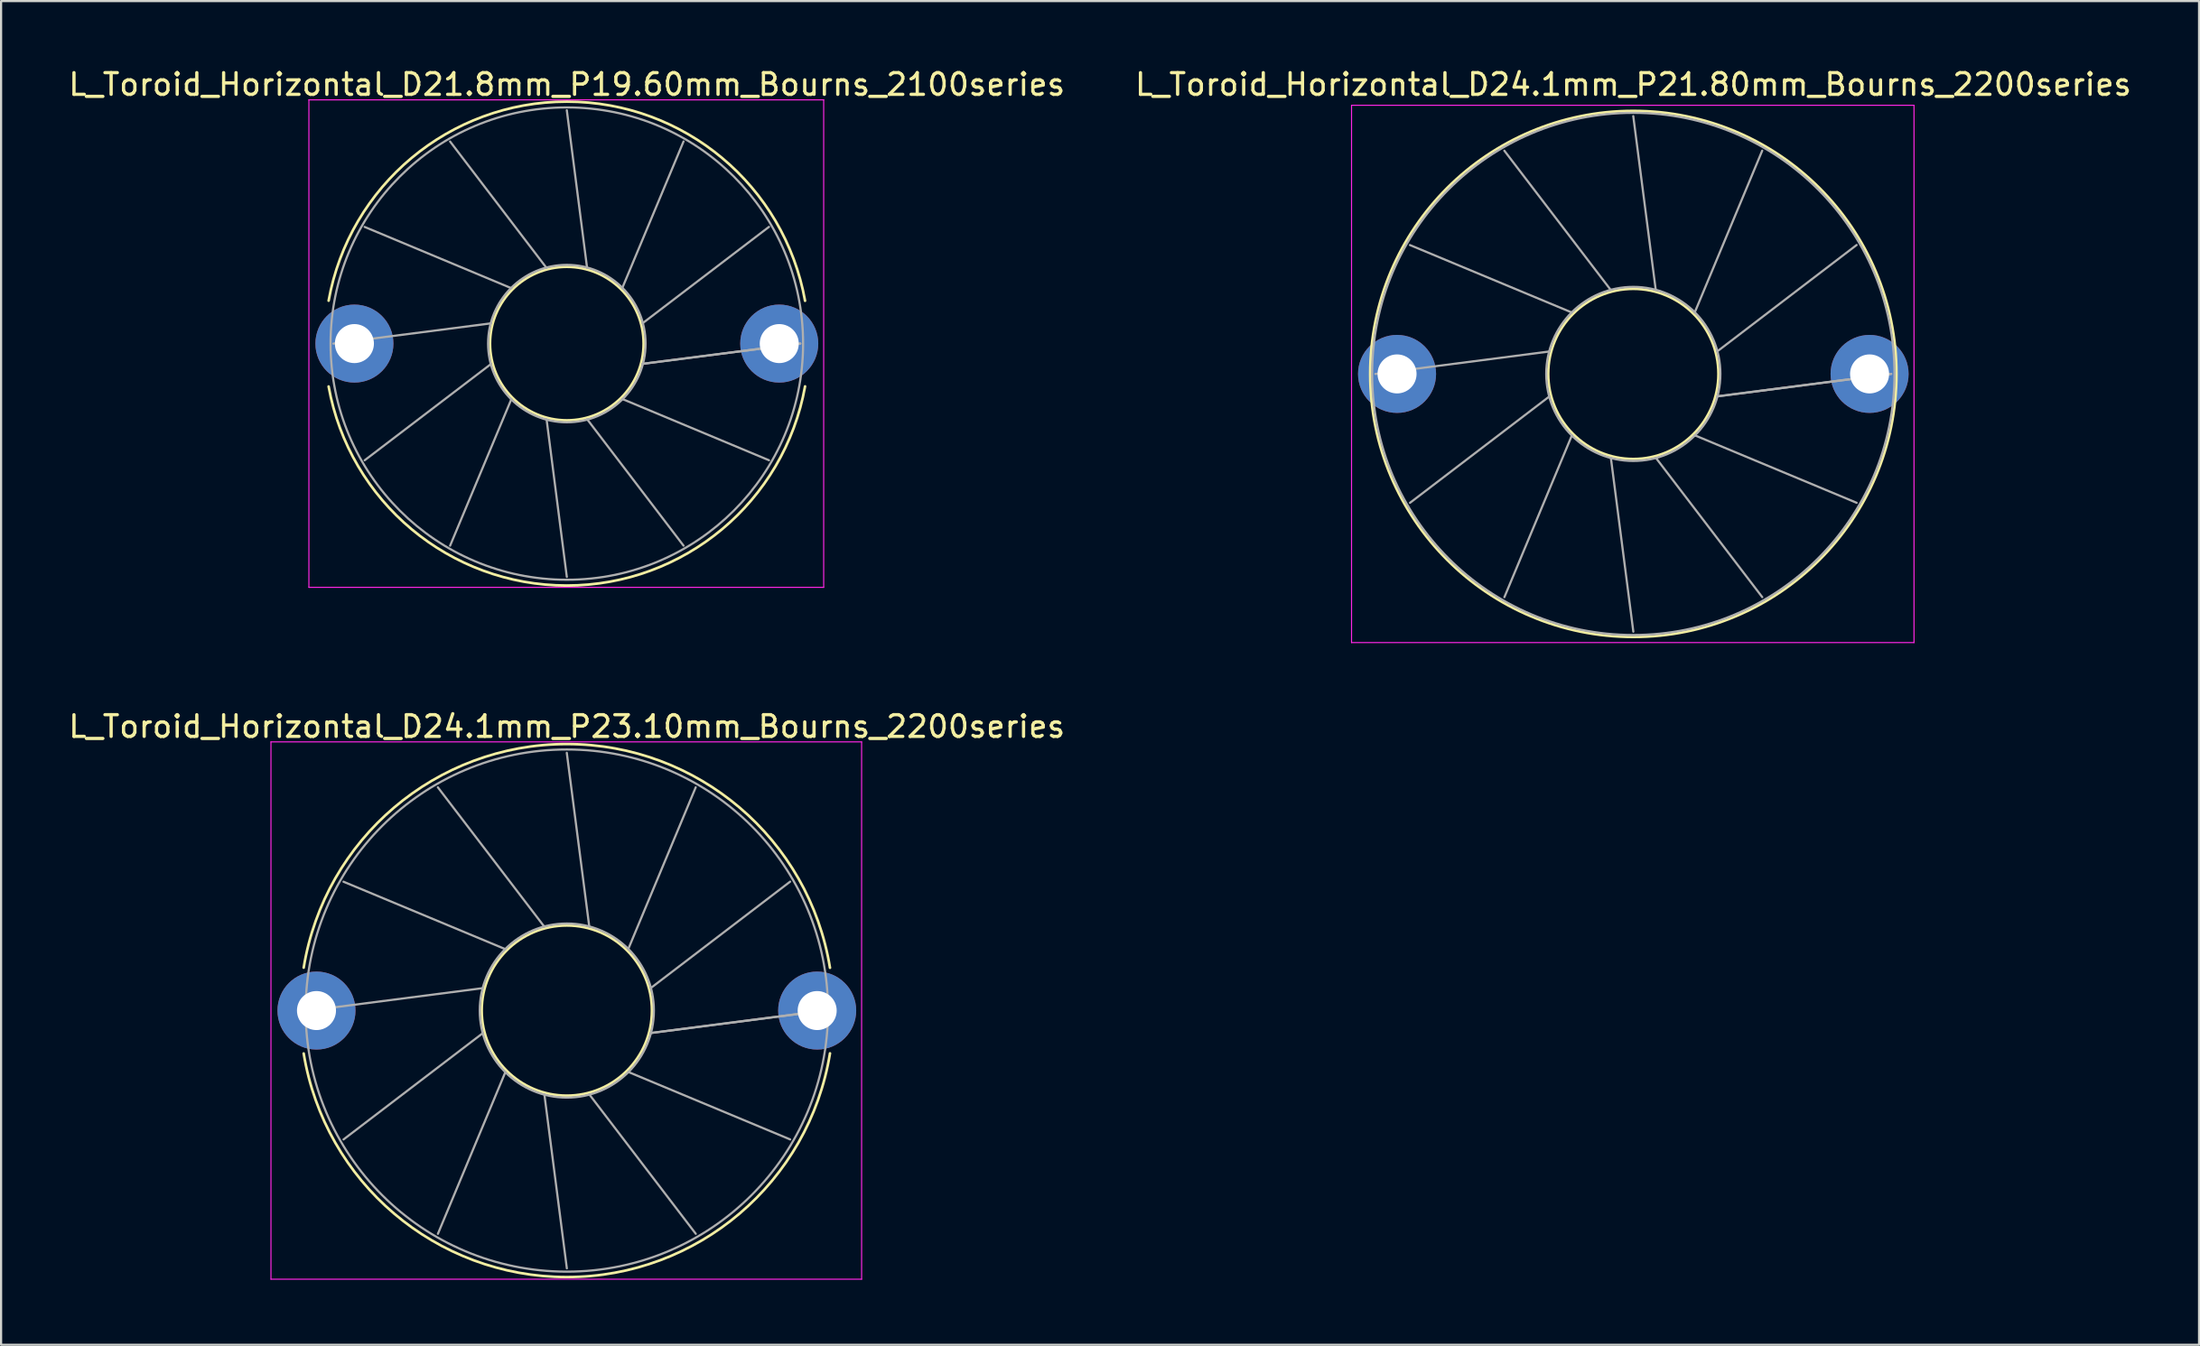
<source format=kicad_pcb>
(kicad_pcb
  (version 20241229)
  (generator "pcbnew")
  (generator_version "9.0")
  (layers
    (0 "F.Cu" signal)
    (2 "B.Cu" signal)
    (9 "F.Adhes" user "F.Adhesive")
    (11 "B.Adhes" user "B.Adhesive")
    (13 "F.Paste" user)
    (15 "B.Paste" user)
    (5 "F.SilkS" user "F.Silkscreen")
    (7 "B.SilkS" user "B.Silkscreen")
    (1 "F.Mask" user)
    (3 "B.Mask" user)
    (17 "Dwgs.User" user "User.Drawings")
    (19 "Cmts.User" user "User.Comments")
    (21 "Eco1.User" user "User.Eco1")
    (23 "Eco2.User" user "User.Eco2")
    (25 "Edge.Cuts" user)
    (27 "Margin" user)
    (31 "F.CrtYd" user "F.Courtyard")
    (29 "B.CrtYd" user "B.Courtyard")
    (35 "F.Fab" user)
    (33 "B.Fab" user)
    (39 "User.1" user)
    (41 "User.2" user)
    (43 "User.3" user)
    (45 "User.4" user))
  (footprint "L_Toroid_Horizontal_D21.8mm_P19.60mm_Bourns_2100series"
    (layer "F.Cu")
    (at 13.301 12.808)
    (property "Reference" "L_Toroid_Horizontal_D21.8mm_P19.60mm_Bourns_2100series" (at 9.8 -11.96 0) (layer "F.SilkS") (effects (font (size 1 1) (thickness 0.15))))
    (attr through_hole)
    (fp_arc (start -1.19 -1.98) (mid 9.802546 -11.166938) (end 20.790902 -1.974988) (stroke (width 0.12) (type solid)) (layer "F.SilkS"))
    (fp_arc (start 20.790902 1.974988) (mid 9.802546 11.166938) (end -1.19 1.98) (stroke (width 0.12) (type solid)) (layer "F.SilkS"))
    (fp_circle (center 9.8 0) (end 13.343 0) (stroke (width 0.12) (type solid)) (fill no) (layer "F.SilkS"))
    (fp_line (start -2.1 -11.25) (end -2.1 11.25) (stroke (width 0.05) (type solid)) (layer "F.CrtYd"))
    (fp_line (start -2.1 11.25) (end 21.65 11.25) (stroke (width 0.05) (type solid)) (layer "F.CrtYd"))
    (fp_line (start 21.65 -11.25) (end -2.1 -11.25) (stroke (width 0.05) (type solid)) (layer "F.CrtYd"))
    (fp_line (start 21.65 11.25) (end 21.65 -11.25) (stroke (width 0.05) (type solid)) (layer "F.CrtYd"))
    (fp_line (start -0.97 0.001) (end 6.309 -0.935) (stroke (width 0.1) (type solid)) (layer "F.Fab"))
    (fp_line (start 0.472 -5.384) (end 7.244 -2.555) (stroke (width 0.1) (type solid)) (layer "F.Fab"))
    (fp_line (start 0.473 5.386) (end 6.309 0.936) (stroke (width 0.1) (type solid)) (layer "F.Fab"))
    (fp_line (start 4.414 -9.327) (end 8.864 -3.491) (stroke (width 0.1) (type solid)) (layer "F.Fab"))
    (fp_line (start 4.415 9.328) (end 7.245 2.556) (stroke (width 0.1) (type solid)) (layer "F.Fab"))
    (fp_line (start 9.799 -10.77) (end 10.735 -3.491) (stroke (width 0.1) (type solid)) (layer "F.Fab"))
    (fp_line (start 9.8 10.77) (end 8.865 3.491) (stroke (width 0.1) (type solid)) (layer "F.Fab"))
    (fp_line (start 15.184 -9.328) (end 12.355 -2.556) (stroke (width 0.1) (type solid)) (layer "F.Fab"))
    (fp_line (start 15.185 9.327) (end 10.736 3.491) (stroke (width 0.1) (type solid)) (layer "F.Fab"))
    (fp_line (start 19.126 -5.387) (end 13.291 -0.936) (stroke (width 0.1) (type solid)) (layer "F.Fab"))
    (fp_line (start 19.127 5.385) (end 12.356 2.556) (stroke (width 0.1) (type solid)) (layer "F.Fab"))
    (fp_line (start 20.57 -0.002) (end 13.291 0.935) (stroke (width 0.1) (type solid)) (layer "F.Fab"))
    (fp_line (start 20.57 0) (end 13.291 0.935) (stroke (width 0.1) (type solid)) (layer "F.Fab"))
    (fp_circle (center 9.8 0) (end 13.433 0) (stroke (width 0.1) (type solid)) (fill no) (layer "F.Fab"))
    (fp_circle (center 9.8 0) (end 20.7 0) (stroke (width 0.1) (type solid)) (fill no) (layer "F.Fab"))
    (pad "1" thru_hole circle (at 0 0) (size 3.6 3.6) (drill 1.8) (layers "*.Cu" "*.Mask"))
    (pad "2" thru_hole circle (at 19.6 0) (size 3.6 3.6) (drill 1.8) (layers "*.Cu" "*.Mask")))
  (footprint "L_Toroid_Horizontal_D24.1mm_P21.80mm_Bourns_2200series"
    (layer "F.Cu")
    (at 61.404 14.208)
    (property "Reference" "L_Toroid_Horizontal_D24.1mm_P21.80mm_Bourns_2200series" (at 10.9 -13.36 0) (layer "F.SilkS") (effects (font (size 1 1) (thickness 0.15))))
    (attr through_hole)
    (fp_circle (center 10.9 0) (end 14.827 0) (stroke (width 0.12) (type solid)) (fill no) (layer "F.SilkS"))
    (fp_circle (center 10.9 0) (end 23.04 0) (stroke (width 0.12) (type solid)) (fill no) (layer "F.SilkS"))
    (fp_line (start -2.1 -12.4) (end -2.1 12.4) (stroke (width 0.05) (type solid)) (layer "F.CrtYd"))
    (fp_line (start -2.1 12.4) (end 23.85 12.4) (stroke (width 0.05) (type solid)) (layer "F.CrtYd"))
    (fp_line (start 23.85 -12.4) (end -2.1 -12.4) (stroke (width 0.05) (type solid)) (layer "F.CrtYd"))
    (fp_line (start 23.85 12.4) (end 23.85 -12.4) (stroke (width 0.05) (type solid)) (layer "F.CrtYd"))
    (fp_line (start -0.997 0.001) (end 7.031 -1.036) (stroke (width 0.1) (type solid)) (layer "F.Fab"))
    (fp_line (start 0.596 -5.947) (end 8.068 -2.832) (stroke (width 0.1) (type solid)) (layer "F.Fab"))
    (fp_line (start 0.597 5.949) (end 7.031 1.037) (stroke (width 0.1) (type solid)) (layer "F.Fab"))
    (fp_line (start 4.95 -10.303) (end 9.863 -3.869) (stroke (width 0.1) (type solid)) (layer "F.Fab"))
    (fp_line (start 4.952 10.304) (end 8.068 2.832) (stroke (width 0.1) (type solid)) (layer "F.Fab"))
    (fp_line (start 10.898 -11.897) (end 11.936 -3.869) (stroke (width 0.1) (type solid)) (layer "F.Fab"))
    (fp_line (start 10.901 11.897) (end 9.864 3.869) (stroke (width 0.1) (type solid)) (layer "F.Fab"))
    (fp_line (start 16.847 -10.304) (end 13.732 -2.833) (stroke (width 0.1) (type solid)) (layer "F.Fab"))
    (fp_line (start 16.849 10.303) (end 11.937 3.869) (stroke (width 0.1) (type solid)) (layer "F.Fab"))
    (fp_line (start 21.202 -5.95) (end 14.769 -1.037) (stroke (width 0.1) (type solid)) (layer "F.Fab"))
    (fp_line (start 21.203 5.948) (end 13.732 2.832) (stroke (width 0.1) (type solid)) (layer "F.Fab"))
    (fp_line (start 22.797 -0.002) (end 14.769 1.036) (stroke (width 0.1) (type solid)) (layer "F.Fab"))
    (fp_line (start 22.797 0) (end 14.769 1.037) (stroke (width 0.1) (type solid)) (layer "F.Fab"))
    (fp_circle (center 10.9 0) (end 14.917 0) (stroke (width 0.1) (type solid)) (fill no) (layer "F.Fab"))
    (fp_circle (center 10.9 0) (end 22.95 0) (stroke (width 0.1) (type solid)) (fill no) (layer "F.Fab"))
    (pad "1" thru_hole circle (at 0 0) (size 3.6 3.6) (drill 1.8) (layers "*.Cu" "*.Mask"))
    (pad "2" thru_hole circle (at 21.8 0) (size 3.6 3.6) (drill 1.8) (layers "*.Cu" "*.Mask")))
  (footprint "L_Toroid_Horizontal_D24.1mm_P23.10mm_Bourns_2200series"
    (layer "F.Cu")
    (at 11.551 43.592)
    (property "Reference" "L_Toroid_Horizontal_D24.1mm_P23.10mm_Bourns_2200series" (at 11.55 -13.11 0) (layer "F.SilkS") (effects (font (size 1 1) (thickness 0.15))))
    (attr through_hole)
    (fp_arc (start -0.59 -1.98) (mid 11.552838 -12.300406) (end 23.690912 -1.974398) (stroke (width 0.12) (type solid)) (layer "F.SilkS"))
    (fp_arc (start 23.690912 1.974398) (mid 11.552838 12.300406) (end -0.59 1.98) (stroke (width 0.12) (type solid)) (layer "F.SilkS"))
    (fp_circle (center 11.55 0) (end 15.477 0) (stroke (width 0.12) (type solid)) (fill no) (layer "F.SilkS"))
    (fp_line (start -2.1 -12.4) (end -2.1 12.4) (stroke (width 0.05) (type solid)) (layer "F.CrtYd"))
    (fp_line (start -2.1 12.4) (end 25.15 12.4) (stroke (width 0.05) (type solid)) (layer "F.CrtYd"))
    (fp_line (start 25.15 -12.4) (end -2.1 -12.4) (stroke (width 0.05) (type solid)) (layer "F.CrtYd"))
    (fp_line (start 25.15 12.4) (end 25.15 -12.4) (stroke (width 0.05) (type solid)) (layer "F.CrtYd"))
    (fp_line (start -0.347 0.001) (end 7.681 -1.036) (stroke (width 0.1) (type solid)) (layer "F.Fab"))
    (fp_line (start 1.246 -5.947) (end 8.718 -2.832) (stroke (width 0.1) (type solid)) (layer "F.Fab"))
    (fp_line (start 1.247 5.949) (end 7.681 1.037) (stroke (width 0.1) (type solid)) (layer "F.Fab"))
    (fp_line (start 5.6 -10.303) (end 10.513 -3.869) (stroke (width 0.1) (type solid)) (layer "F.Fab"))
    (fp_line (start 5.602 10.304) (end 8.718 2.832) (stroke (width 0.1) (type solid)) (layer "F.Fab"))
    (fp_line (start 11.548 -11.897) (end 12.586 -3.869) (stroke (width 0.1) (type solid)) (layer "F.Fab"))
    (fp_line (start 11.551 11.897) (end 10.514 3.869) (stroke (width 0.1) (type solid)) (layer "F.Fab"))
    (fp_line (start 17.497 -10.304) (end 14.382 -2.833) (stroke (width 0.1) (type solid)) (layer "F.Fab"))
    (fp_line (start 17.499 10.303) (end 12.587 3.869) (stroke (width 0.1) (type solid)) (layer "F.Fab"))
    (fp_line (start 21.852 -5.95) (end 15.419 -1.037) (stroke (width 0.1) (type solid)) (layer "F.Fab"))
    (fp_line (start 21.853 5.948) (end 14.382 2.832) (stroke (width 0.1) (type solid)) (layer "F.Fab"))
    (fp_line (start 23.447 -0.002) (end 15.419 1.036) (stroke (width 0.1) (type solid)) (layer "F.Fab"))
    (fp_line (start 23.447 0) (end 15.419 1.037) (stroke (width 0.1) (type solid)) (layer "F.Fab"))
    (fp_circle (center 11.55 0) (end 15.567 0) (stroke (width 0.1) (type solid)) (fill no) (layer "F.Fab"))
    (fp_circle (center 11.55 0) (end 23.6 0) (stroke (width 0.1) (type solid)) (fill no) (layer "F.Fab"))
    (pad "1" thru_hole circle (at 0 0) (size 3.6 3.6) (drill 1.8) (layers "*.Cu" "*.Mask"))
    (pad "2" thru_hole circle (at 23.1 0) (size 3.6 3.6) (drill 1.8) (layers "*.Cu" "*.Mask")))
  (gr_rect
    (start -3 -3)
    (end 98.405 59.017)
    (stroke (width 0.1) (type default))
    (fill no)
    (layer "Edge.Cuts")))
</source>
